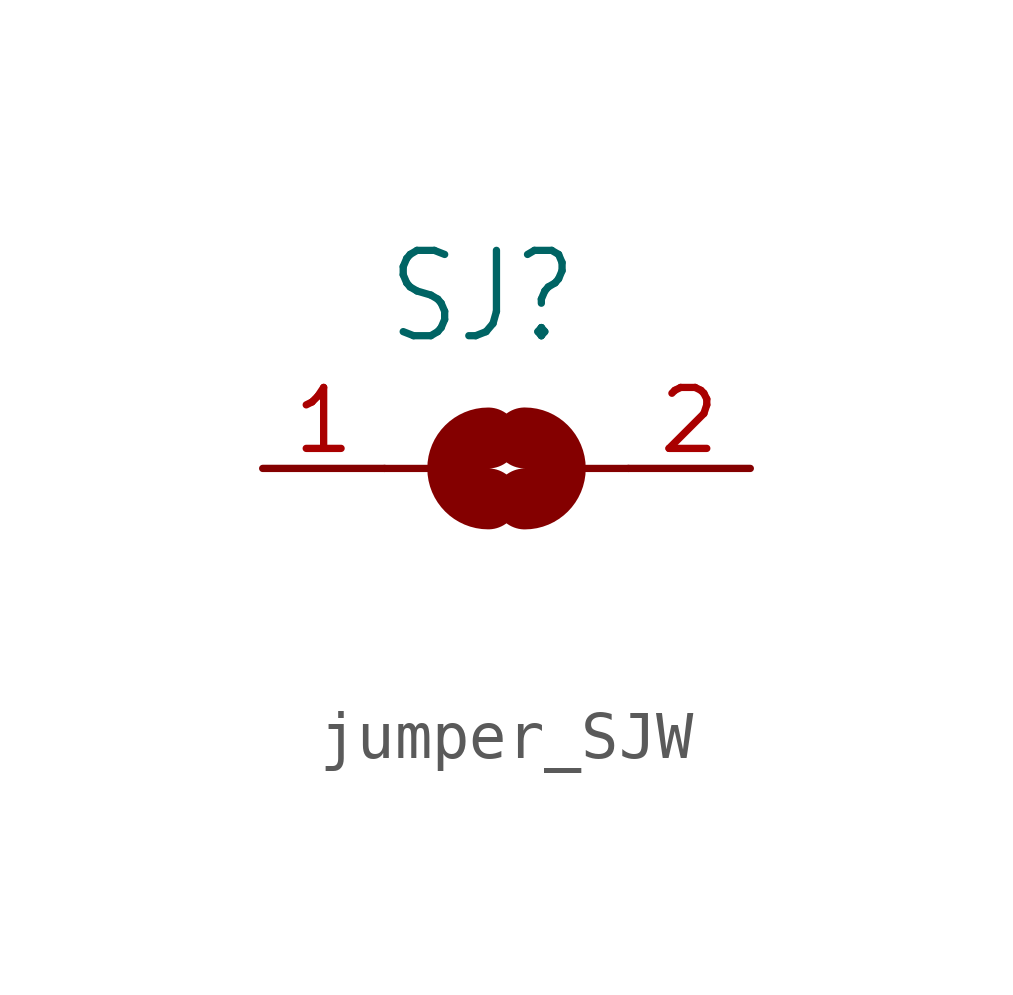
<source format=kicad_sym>
(kicad_symbol_lib
  (version 20241209)
  (generator "kicad_symbol_editor")
  (generator_version "9.0")
  (symbol "jumper_SJW"
    (property "Reference" "SJ"
      (at -2.54 2.54 0)
      (effects (font (size 1.778 1.511)) (justify left bottom)))
    (property "Value" ""
      (at -2.54 -3.81 0)
      (effects (font (size 1.778 1.511)) (justify left bottom)))
    (property "ki_locked" ""
      (at 0 0 0)
      (effects (font (size 1.27 1.27))))
    (symbol "jumper_SJW_1_0"
      (polyline (pts (xy -2.54 0) (xy -1.651 0)) (stroke (width 0.152) (type solid)) (fill (type none)))
      (arc (start -0.381 -0.635) (mid -1.0159 0.0001) (end -0.3808 0.635) (stroke (width 1.27) (type solid)) (fill (type none)))
      (arc (start 0.381 0.635) (mid 1.0159 -0.0001) (end 0.3808 -0.635) (stroke (width 1.27) (type solid)) (fill (type none)))
      (polyline (pts (xy 2.54 0) (xy 1.651 0)) (stroke (width 0.152) (type solid)) (fill (type none)))
      (pin passive line (at -5.08 0 0) (length 2.54) (name "1" (effects (font (size 0 0)))) (number "1" (effects (font (size 1.27 1.27)))))
      (pin passive line (at 5.08 0 180) (length 2.54) (name "2" (effects (font (size 0 0)))) (number "2" (effects (font (size 1.27 1.27))))))))
</source>
